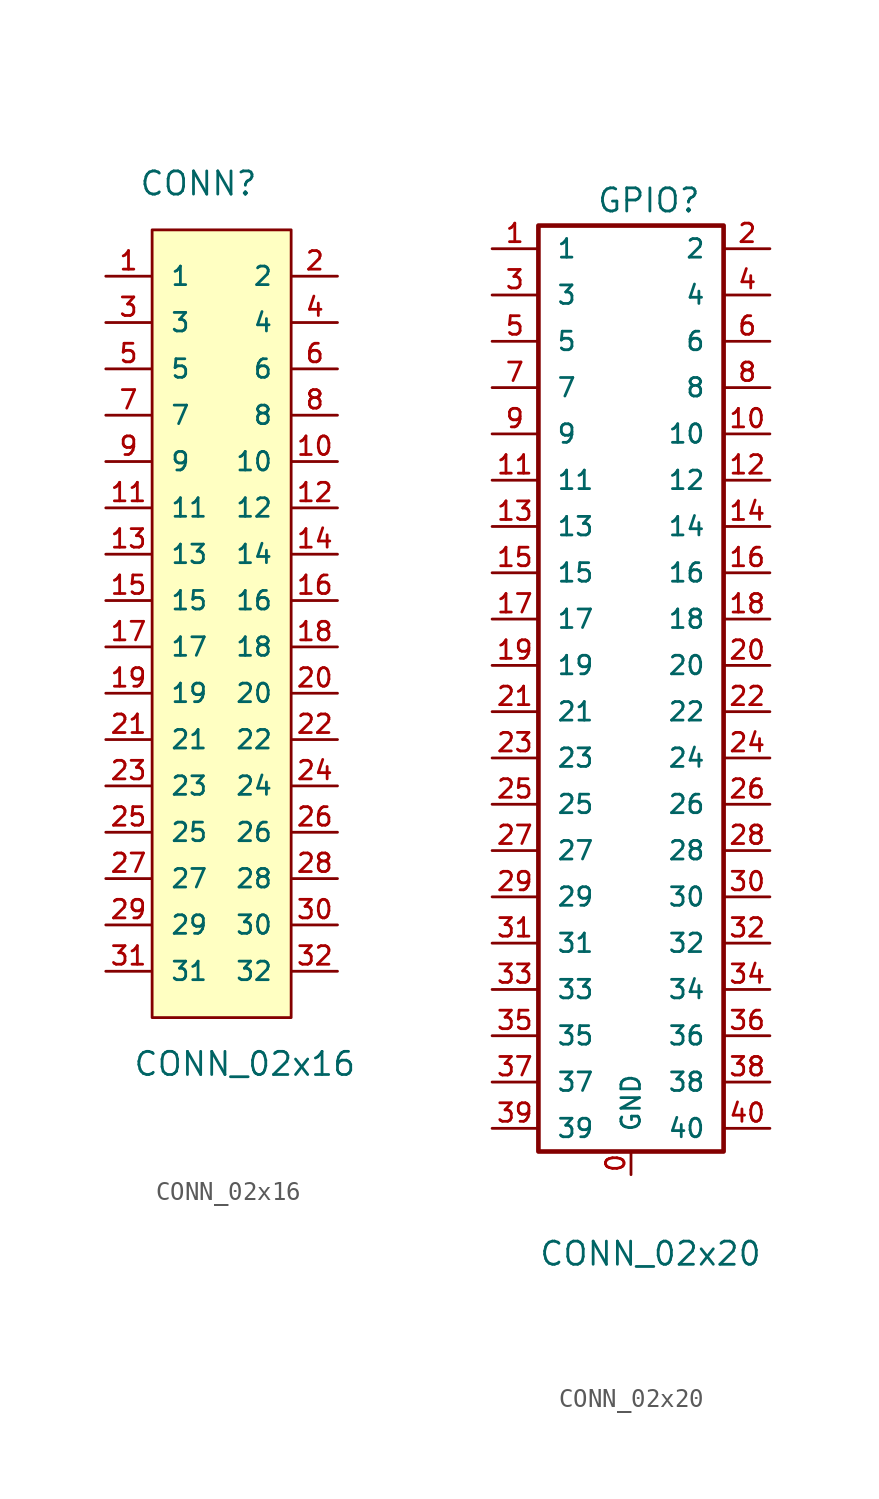
<source format=kicad_sym>
(kicad_symbol_lib
  (version 20220914)
  (generator kicad_symbol_editor)
  (symbol "CONN_02x16"
    (pin_names
      (offset 1.016))
    (property "Reference" "CONN"
      (at 0 25.4 0)
      (effects (font (size 1.27 1.27))))
    (property "Value" "CONN_02x16"
      (at 2.54 -22.86 0)
      (effects (font (size 1.27 1.27))))
    (symbol "CONN_02x16_0_1"
      (rectangle (start -2.54 22.86) (end 5.08 -20.32) (stroke (width 0) (type solid)) (fill (type background))))
    (symbol "CONN_02x16_1_1"
      (pin passive line (at -5.08 20.32 0) (length 2.489) (name "1" (effects (font (size 1.016 1.016)))) (number "1" (effects (font (size 1.016 1.016)))))
      (pin passive line (at 7.62 10.16 180) (length 2.489) (name "10" (effects (font (size 1.016 1.016)))) (number "10" (effects (font (size 1.016 1.016)))))
      (pin passive line (at -5.08 7.62 0) (length 2.489) (name "11" (effects (font (size 1.016 1.016)))) (number "11" (effects (font (size 1.016 1.016)))))
      (pin passive line (at 7.62 7.62 180) (length 2.489) (name "12" (effects (font (size 1.016 1.016)))) (number "12" (effects (font (size 1.016 1.016)))))
      (pin passive line (at -5.08 5.08 0) (length 2.489) (name "13" (effects (font (size 1.016 1.016)))) (number "13" (effects (font (size 1.016 1.016)))))
      (pin passive line (at 7.62 5.08 180) (length 2.489) (name "14" (effects (font (size 1.016 1.016)))) (number "14" (effects (font (size 1.016 1.016)))))
      (pin passive line (at -5.08 2.54 0) (length 2.489) (name "15" (effects (font (size 1.016 1.016)))) (number "15" (effects (font (size 1.016 1.016)))))
      (pin passive line (at 7.62 2.54 180) (length 2.489) (name "16" (effects (font (size 1.016 1.016)))) (number "16" (effects (font (size 1.016 1.016)))))
      (pin passive line (at -5.08 0 0) (length 2.489) (name "17" (effects (font (size 1.016 1.016)))) (number "17" (effects (font (size 1.016 1.016)))))
      (pin passive line (at 7.62 0 180) (length 2.489) (name "18" (effects (font (size 1.016 1.016)))) (number "18" (effects (font (size 1.016 1.016)))))
      (pin passive line (at -5.08 -2.54 0) (length 2.489) (name "19" (effects (font (size 1.016 1.016)))) (number "19" (effects (font (size 1.016 1.016)))))
      (pin passive line (at 7.62 20.32 180) (length 2.489) (name "2" (effects (font (size 1.016 1.016)))) (number "2" (effects (font (size 1.016 1.016)))))
      (pin passive line (at 7.62 -2.54 180) (length 2.489) (name "20" (effects (font (size 1.016 1.016)))) (number "20" (effects (font (size 1.016 1.016)))))
      (pin passive line (at -5.08 -5.08 0) (length 2.489) (name "21" (effects (font (size 1.016 1.016)))) (number "21" (effects (font (size 1.016 1.016)))))
      (pin passive line (at 7.62 -5.08 180) (length 2.489) (name "22" (effects (font (size 1.016 1.016)))) (number "22" (effects (font (size 1.016 1.016)))))
      (pin passive line (at -5.08 -7.62 0) (length 2.489) (name "23" (effects (font (size 1.016 1.016)))) (number "23" (effects (font (size 1.016 1.016)))))
      (pin passive line (at 7.62 -7.62 180) (length 2.489) (name "24" (effects (font (size 1.016 1.016)))) (number "24" (effects (font (size 1.016 1.016)))))
      (pin passive line (at -5.08 -10.16 0) (length 2.489) (name "25" (effects (font (size 1.016 1.016)))) (number "25" (effects (font (size 1.016 1.016)))))
      (pin passive line (at 7.62 -10.16 180) (length 2.489) (name "26" (effects (font (size 1.016 1.016)))) (number "26" (effects (font (size 1.016 1.016)))))
      (pin passive line (at -5.08 -12.7 0) (length 2.489) (name "27" (effects (font (size 1.016 1.016)))) (number "27" (effects (font (size 1.016 1.016)))))
      (pin passive line (at 7.62 -12.7 180) (length 2.489) (name "28" (effects (font (size 1.016 1.016)))) (number "28" (effects (font (size 1.016 1.016)))))
      (pin passive line (at -5.08 -15.24 0) (length 2.489) (name "29" (effects (font (size 1.016 1.016)))) (number "29" (effects (font (size 1.016 1.016)))))
      (pin passive line (at -5.08 17.78 0) (length 2.489) (name "3" (effects (font (size 1.016 1.016)))) (number "3" (effects (font (size 1.016 1.016)))))
      (pin passive line (at 7.62 -15.24 180) (length 2.489) (name "30" (effects (font (size 1.016 1.016)))) (number "30" (effects (font (size 1.016 1.016)))))
      (pin passive line (at -5.08 -17.78 0) (length 2.489) (name "31" (effects (font (size 1.016 1.016)))) (number "31" (effects (font (size 1.016 1.016)))))
      (pin passive line (at 7.62 -17.78 180) (length 2.489) (name "32" (effects (font (size 1.016 1.016)))) (number "32" (effects (font (size 1.016 1.016)))))
      (pin passive line (at 7.62 17.78 180) (length 2.489) (name "4" (effects (font (size 1.016 1.016)))) (number "4" (effects (font (size 1.016 1.016)))))
      (pin passive line (at -5.08 15.24 0) (length 2.489) (name "5" (effects (font (size 1.016 1.016)))) (number "5" (effects (font (size 1.016 1.016)))))
      (pin passive line (at 7.62 15.24 180) (length 2.489) (name "6" (effects (font (size 1.016 1.016)))) (number "6" (effects (font (size 1.016 1.016)))))
      (pin passive line (at -5.08 12.7 0) (length 2.489) (name "7" (effects (font (size 1.016 1.016)))) (number "7" (effects (font (size 1.016 1.016)))))
      (pin passive line (at 7.62 12.7 180) (length 2.489) (name "8" (effects (font (size 1.016 1.016)))) (number "8" (effects (font (size 1.016 1.016)))))
      (pin passive line (at -5.08 10.16 0) (length 2.489) (name "9" (effects (font (size 1.016 1.016)))) (number "9" (effects (font (size 1.016 1.016)))))))
  (symbol "CONN_02x20"
    (pin_names
      (offset 1.016))
    (property "Reference" "GPIO"
      (at -1.905 27.305 0)
      (effects (font (size 1.27 1.27)) (justify left bottom)))
    (property "Value" "CONN_02x20"
      (at -5.08 -30.48 0)
      (effects (font (size 1.27 1.27)) (justify left bottom)))
    (property "Datasheet" ""
      (at 2.54 2.54 0)
      (effects (font (size 1.524 1.524))))
    (symbol "CONN_02x20_1_0"
      (rectangle (start 5.08 -24.13) (end -5.08 26.67) (stroke (width 0.254) (type solid)) (fill (type none))))
    (symbol "CONN_02x20_1_1"
      (pin passive line (at 0 -25.4 90) (length 1.27) (name "GND" (effects (font (size 1.016 1.016)))) (number "0" (effects (font (size 1.016 1.016)))))
      (pin passive line (at -7.62 25.4 0) (length 2.489) (name "1" (effects (font (size 1.016 1.016)))) (number "1" (effects (font (size 1.016 1.016)))))
      (pin passive line (at 7.62 15.24 180) (length 2.489) (name "10" (effects (font (size 1.016 1.016)))) (number "10" (effects (font (size 1.016 1.016)))))
      (pin passive line (at -7.62 12.7 0) (length 2.489) (name "11" (effects (font (size 1.016 1.016)))) (number "11" (effects (font (size 1.016 1.016)))))
      (pin passive line (at 7.62 12.7 180) (length 2.489) (name "12" (effects (font (size 1.016 1.016)))) (number "12" (effects (font (size 1.016 1.016)))))
      (pin passive line (at -7.62 10.16 0) (length 2.489) (name "13" (effects (font (size 1.016 1.016)))) (number "13" (effects (font (size 1.016 1.016)))))
      (pin passive line (at 7.62 10.16 180) (length 2.489) (name "14" (effects (font (size 1.016 1.016)))) (number "14" (effects (font (size 1.016 1.016)))))
      (pin passive line (at -7.62 7.62 0) (length 2.489) (name "15" (effects (font (size 1.016 1.016)))) (number "15" (effects (font (size 1.016 1.016)))))
      (pin passive line (at 7.62 7.62 180) (length 2.489) (name "16" (effects (font (size 1.016 1.016)))) (number "16" (effects (font (size 1.016 1.016)))))
      (pin passive line (at -7.62 5.08 0) (length 2.489) (name "17" (effects (font (size 1.016 1.016)))) (number "17" (effects (font (size 1.016 1.016)))))
      (pin passive line (at 7.62 5.08 180) (length 2.489) (name "18" (effects (font (size 1.016 1.016)))) (number "18" (effects (font (size 1.016 1.016)))))
      (pin passive line (at -7.62 2.54 0) (length 2.489) (name "19" (effects (font (size 1.016 1.016)))) (number "19" (effects (font (size 1.016 1.016)))))
      (pin passive line (at 7.62 25.4 180) (length 2.489) (name "2" (effects (font (size 1.016 1.016)))) (number "2" (effects (font (size 1.016 1.016)))))
      (pin passive line (at 7.62 2.54 180) (length 2.489) (name "20" (effects (font (size 1.016 1.016)))) (number "20" (effects (font (size 1.016 1.016)))))
      (pin passive line (at -7.62 0 0) (length 2.489) (name "21" (effects (font (size 1.016 1.016)))) (number "21" (effects (font (size 1.016 1.016)))))
      (pin passive line (at 7.62 0 180) (length 2.489) (name "22" (effects (font (size 1.016 1.016)))) (number "22" (effects (font (size 1.016 1.016)))))
      (pin passive line (at -7.62 -2.54 0) (length 2.489) (name "23" (effects (font (size 1.016 1.016)))) (number "23" (effects (font (size 1.016 1.016)))))
      (pin passive line (at 7.62 -2.54 180) (length 2.489) (name "24" (effects (font (size 1.016 1.016)))) (number "24" (effects (font (size 1.016 1.016)))))
      (pin passive line (at -7.62 -5.08 0) (length 2.489) (name "25" (effects (font (size 1.016 1.016)))) (number "25" (effects (font (size 1.016 1.016)))))
      (pin passive line (at 7.62 -5.08 180) (length 2.489) (name "26" (effects (font (size 1.016 1.016)))) (number "26" (effects (font (size 1.016 1.016)))))
      (pin passive line (at -7.62 -7.62 0) (length 2.489) (name "27" (effects (font (size 1.016 1.016)))) (number "27" (effects (font (size 1.016 1.016)))))
      (pin passive line (at 7.62 -7.62 180) (length 2.489) (name "28" (effects (font (size 1.016 1.016)))) (number "28" (effects (font (size 1.016 1.016)))))
      (pin passive line (at -7.62 -10.16 0) (length 2.489) (name "29" (effects (font (size 1.016 1.016)))) (number "29" (effects (font (size 1.016 1.016)))))
      (pin passive line (at -7.62 22.86 0) (length 2.489) (name "3" (effects (font (size 1.016 1.016)))) (number "3" (effects (font (size 1.016 1.016)))))
      (pin passive line (at 7.62 -10.16 180) (length 2.489) (name "30" (effects (font (size 1.016 1.016)))) (number "30" (effects (font (size 1.016 1.016)))))
      (pin passive line (at -7.62 -12.7 0) (length 2.489) (name "31" (effects (font (size 1.016 1.016)))) (number "31" (effects (font (size 1.016 1.016)))))
      (pin passive line (at 7.62 -12.7 180) (length 2.489) (name "32" (effects (font (size 1.016 1.016)))) (number "32" (effects (font (size 1.016 1.016)))))
      (pin passive line (at -7.62 -15.24 0) (length 2.489) (name "33" (effects (font (size 1.016 1.016)))) (number "33" (effects (font (size 1.016 1.016)))))
      (pin passive line (at 7.62 -15.24 180) (length 2.489) (name "34" (effects (font (size 1.016 1.016)))) (number "34" (effects (font (size 1.016 1.016)))))
      (pin passive line (at -7.62 -17.78 0) (length 2.489) (name "35" (effects (font (size 1.016 1.016)))) (number "35" (effects (font (size 1.016 1.016)))))
      (pin passive line (at 7.62 -17.78 180) (length 2.489) (name "36" (effects (font (size 1.016 1.016)))) (number "36" (effects (font (size 1.016 1.016)))))
      (pin passive line (at -7.62 -20.32 0) (length 2.489) (name "37" (effects (font (size 1.016 1.016)))) (number "37" (effects (font (size 1.016 1.016)))))
      (pin passive line (at 7.62 -20.32 180) (length 2.489) (name "38" (effects (font (size 1.016 1.016)))) (number "38" (effects (font (size 1.016 1.016)))))
      (pin passive line (at -7.62 -22.86 0) (length 2.489) (name "39" (effects (font (size 1.016 1.016)))) (number "39" (effects (font (size 1.016 1.016)))))
      (pin passive line (at 7.62 22.86 180) (length 2.489) (name "4" (effects (font (size 1.016 1.016)))) (number "4" (effects (font (size 1.016 1.016)))))
      (pin passive line (at 7.62 -22.86 180) (length 2.489) (name "40" (effects (font (size 1.016 1.016)))) (number "40" (effects (font (size 1.016 1.016)))))
      (pin passive line (at -7.62 20.32 0) (length 2.489) (name "5" (effects (font (size 1.016 1.016)))) (number "5" (effects (font (size 1.016 1.016)))))
      (pin passive line (at 7.62 20.32 180) (length 2.489) (name "6" (effects (font (size 1.016 1.016)))) (number "6" (effects (font (size 1.016 1.016)))))
      (pin passive line (at -7.62 17.78 0) (length 2.489) (name "7" (effects (font (size 1.016 1.016)))) (number "7" (effects (font (size 1.016 1.016)))))
      (pin passive line (at 7.62 17.78 180) (length 2.489) (name "8" (effects (font (size 1.016 1.016)))) (number "8" (effects (font (size 1.016 1.016)))))
      (pin passive line (at -7.62 15.24 0) (length 2.489) (name "9" (effects (font (size 1.016 1.016)))) (number "9" (effects (font (size 1.016 1.016))))))))
</source>
